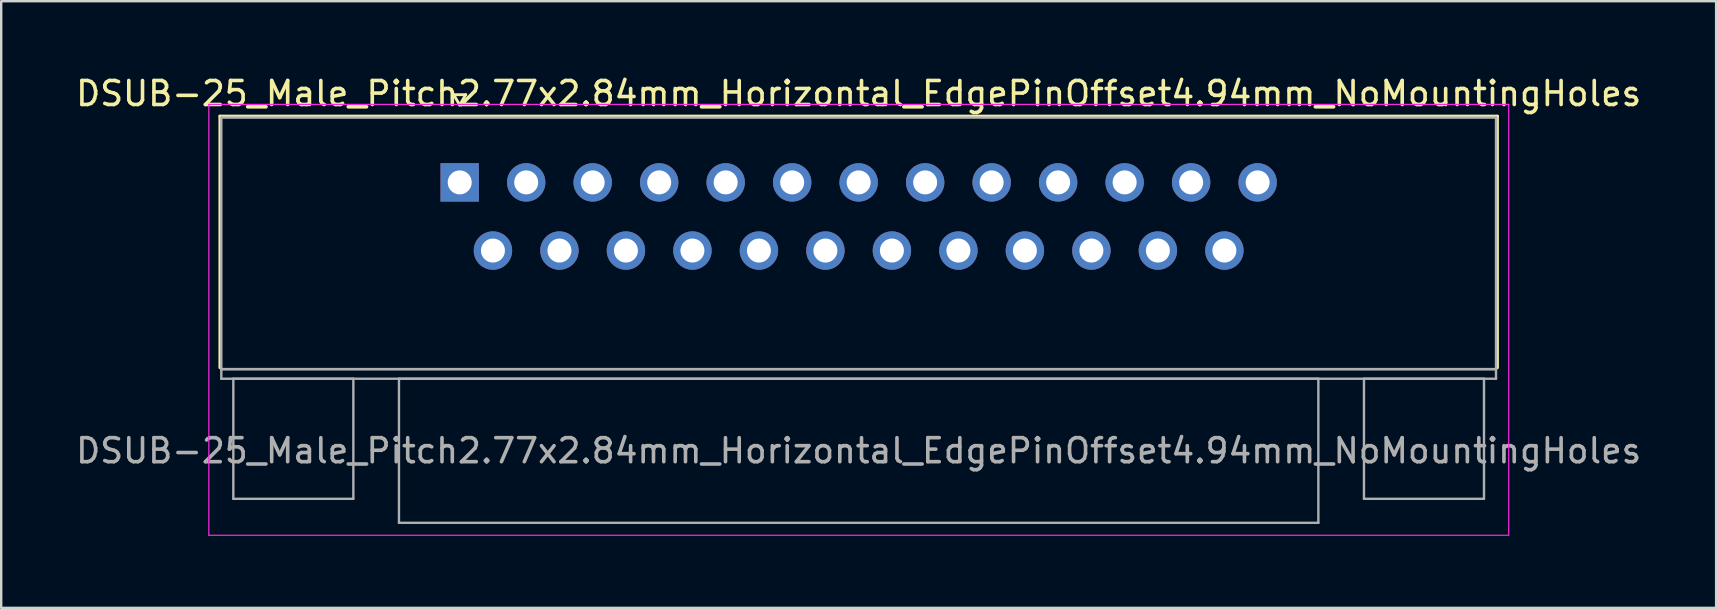
<source format=kicad_pcb>
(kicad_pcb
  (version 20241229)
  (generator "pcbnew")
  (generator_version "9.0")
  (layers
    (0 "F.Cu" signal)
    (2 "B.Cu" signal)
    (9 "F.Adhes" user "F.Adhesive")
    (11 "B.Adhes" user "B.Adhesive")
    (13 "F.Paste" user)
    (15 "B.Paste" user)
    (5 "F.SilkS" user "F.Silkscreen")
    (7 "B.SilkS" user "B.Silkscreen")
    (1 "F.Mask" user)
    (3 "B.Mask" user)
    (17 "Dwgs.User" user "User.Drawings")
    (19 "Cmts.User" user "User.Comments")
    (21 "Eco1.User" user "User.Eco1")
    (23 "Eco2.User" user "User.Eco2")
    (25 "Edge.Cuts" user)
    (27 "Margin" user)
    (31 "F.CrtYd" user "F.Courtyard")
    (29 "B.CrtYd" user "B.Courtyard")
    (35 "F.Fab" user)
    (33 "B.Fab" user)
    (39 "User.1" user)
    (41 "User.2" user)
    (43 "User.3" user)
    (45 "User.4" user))
  (footprint "DSUB-25_Male_Pitch2.77x2.84mm_Horizontal_EdgePinOffset4.94mm_NoMountingHoles"
    (layer "F.Cu")
    (at 16.1 4.548)
    (property "Reference" "DSUB-25_Male_Pitch2.77x2.84mm_Horizontal_EdgePinOffset4.94mm_NoMountingHoles" (at 16.62 -3.7 0) (layer "F.SilkS") (effects (font (size 1 1) (thickness 0.15))))
    (attr through_hole)
    (fp_line (start -9.99 -2.76) (end 43.23 -2.76) (stroke (width 0.12) (type solid)) (layer "F.SilkS"))
    (fp_line (start -9.99 7.72) (end -9.99 -2.76) (stroke (width 0.12) (type solid)) (layer "F.SilkS"))
    (fp_line (start -0.25 -3.654) (end 0.25 -3.654) (stroke (width 0.12) (type solid)) (layer "F.SilkS"))
    (fp_line (start 0 -3.221) (end -0.25 -3.654) (stroke (width 0.12) (type solid)) (layer "F.SilkS"))
    (fp_line (start 0.25 -3.654) (end 0 -3.221) (stroke (width 0.12) (type solid)) (layer "F.SilkS"))
    (fp_line (start 43.23 -2.76) (end 43.23 7.72) (stroke (width 0.12) (type solid)) (layer "F.SilkS"))
    (fp_line (start -10.45 -3.25) (end -10.45 14.7) (stroke (width 0.05) (type solid)) (layer "F.CrtYd"))
    (fp_line (start -10.45 14.7) (end 43.7 14.7) (stroke (width 0.05) (type solid)) (layer "F.CrtYd"))
    (fp_line (start 43.7 -3.25) (end -10.45 -3.25) (stroke (width 0.05) (type solid)) (layer "F.CrtYd"))
    (fp_line (start 43.7 14.7) (end 43.7 -3.25) (stroke (width 0.05) (type solid)) (layer "F.CrtYd"))
    (fp_line (start -9.93 -2.7) (end -9.93 7.78) (stroke (width 0.1) (type solid)) (layer "F.Fab"))
    (fp_line (start -9.93 7.78) (end -9.93 8.18) (stroke (width 0.1) (type solid)) (layer "F.Fab"))
    (fp_line (start -9.93 7.78) (end 43.17 7.78) (stroke (width 0.1) (type solid)) (layer "F.Fab"))
    (fp_line (start -9.93 8.18) (end 43.17 8.18) (stroke (width 0.1) (type solid)) (layer "F.Fab"))
    (fp_line (start -9.43 8.18) (end -9.43 13.18) (stroke (width 0.1) (type solid)) (layer "F.Fab"))
    (fp_line (start -9.43 13.18) (end -4.43 13.18) (stroke (width 0.1) (type solid)) (layer "F.Fab"))
    (fp_line (start -4.43 8.18) (end -9.43 8.18) (stroke (width 0.1) (type solid)) (layer "F.Fab"))
    (fp_line (start -4.43 13.18) (end -4.43 8.18) (stroke (width 0.1) (type solid)) (layer "F.Fab"))
    (fp_line (start -2.53 8.18) (end -2.53 14.18) (stroke (width 0.1) (type solid)) (layer "F.Fab"))
    (fp_line (start -2.53 14.18) (end 35.77 14.18) (stroke (width 0.1) (type solid)) (layer "F.Fab"))
    (fp_line (start 35.77 8.18) (end -2.53 8.18) (stroke (width 0.1) (type solid)) (layer "F.Fab"))
    (fp_line (start 35.77 14.18) (end 35.77 8.18) (stroke (width 0.1) (type solid)) (layer "F.Fab"))
    (fp_line (start 37.67 8.18) (end 37.67 13.18) (stroke (width 0.1) (type solid)) (layer "F.Fab"))
    (fp_line (start 37.67 13.18) (end 42.67 13.18) (stroke (width 0.1) (type solid)) (layer "F.Fab"))
    (fp_line (start 42.67 8.18) (end 37.67 8.18) (stroke (width 0.1) (type solid)) (layer "F.Fab"))
    (fp_line (start 42.67 13.18) (end 42.67 8.18) (stroke (width 0.1) (type solid)) (layer "F.Fab"))
    (fp_line (start 43.17 -2.7) (end -9.93 -2.7) (stroke (width 0.1) (type solid)) (layer "F.Fab"))
    (fp_line (start 43.17 7.78) (end -9.93 7.78) (stroke (width 0.1) (type solid)) (layer "F.Fab"))
    (fp_line (start 43.17 7.78) (end 43.17 -2.7) (stroke (width 0.1) (type solid)) (layer "F.Fab"))
    (fp_line (start 43.17 8.18) (end 43.17 7.78) (stroke (width 0.1) (type solid)) (layer "F.Fab"))
    (fp_text user "${REFERENCE}" (at 16.62 11.18 0) (layer "F.Fab") (effects (font (size 1 1) (thickness 0.15))))
    (pad "1" thru_hole rect (at 0 0) (size 1.6 1.6) (drill 1) (layers "*.Cu" "*.Mask"))
    (pad "2" thru_hole circle (at 2.77 0) (size 1.6 1.6) (drill 1) (layers "*.Cu" "*.Mask"))
    (pad "3" thru_hole circle (at 5.54 0) (size 1.6 1.6) (drill 1) (layers "*.Cu" "*.Mask"))
    (pad "4" thru_hole circle (at 8.31 0) (size 1.6 1.6) (drill 1) (layers "*.Cu" "*.Mask"))
    (pad "5" thru_hole circle (at 11.08 0) (size 1.6 1.6) (drill 1) (layers "*.Cu" "*.Mask"))
    (pad "6" thru_hole circle (at 13.85 0) (size 1.6 1.6) (drill 1) (layers "*.Cu" "*.Mask"))
    (pad "7" thru_hole circle (at 16.62 0) (size 1.6 1.6) (drill 1) (layers "*.Cu" "*.Mask"))
    (pad "8" thru_hole circle (at 19.39 0) (size 1.6 1.6) (drill 1) (layers "*.Cu" "*.Mask"))
    (pad "9" thru_hole circle (at 22.16 0) (size 1.6 1.6) (drill 1) (layers "*.Cu" "*.Mask"))
    (pad "10" thru_hole circle (at 24.93 0) (size 1.6 1.6) (drill 1) (layers "*.Cu" "*.Mask"))
    (pad "11" thru_hole circle (at 27.7 0) (size 1.6 1.6) (drill 1) (layers "*.Cu" "*.Mask"))
    (pad "12" thru_hole circle (at 30.47 0) (size 1.6 1.6) (drill 1) (layers "*.Cu" "*.Mask"))
    (pad "13" thru_hole circle (at 33.24 0) (size 1.6 1.6) (drill 1) (layers "*.Cu" "*.Mask"))
    (pad "14" thru_hole circle (at 1.385 2.84) (size 1.6 1.6) (drill 1) (layers "*.Cu" "*.Mask"))
    (pad "15" thru_hole circle (at 4.155 2.84) (size 1.6 1.6) (drill 1) (layers "*.Cu" "*.Mask"))
    (pad "16" thru_hole circle (at 6.925 2.84) (size 1.6 1.6) (drill 1) (layers "*.Cu" "*.Mask"))
    (pad "17" thru_hole circle (at 9.695 2.84) (size 1.6 1.6) (drill 1) (layers "*.Cu" "*.Mask"))
    (pad "18" thru_hole circle (at 12.465 2.84) (size 1.6 1.6) (drill 1) (layers "*.Cu" "*.Mask"))
    (pad "19" thru_hole circle (at 15.235 2.84) (size 1.6 1.6) (drill 1) (layers "*.Cu" "*.Mask"))
    (pad "20" thru_hole circle (at 18.005 2.84) (size 1.6 1.6) (drill 1) (layers "*.Cu" "*.Mask"))
    (pad "21" thru_hole circle (at 20.775 2.84) (size 1.6 1.6) (drill 1) (layers "*.Cu" "*.Mask"))
    (pad "22" thru_hole circle (at 23.545 2.84) (size 1.6 1.6) (drill 1) (layers "*.Cu" "*.Mask"))
    (pad "23" thru_hole circle (at 26.315 2.84) (size 1.6 1.6) (drill 1) (layers "*.Cu" "*.Mask"))
    (pad "24" thru_hole circle (at 29.085 2.84) (size 1.6 1.6) (drill 1) (layers "*.Cu" "*.Mask"))
    (pad "25" thru_hole circle (at 31.855 2.84) (size 1.6 1.6) (drill 1) (layers "*.Cu" "*.Mask")))
  (gr_rect
    (start -3 -3)
    (end 68.44 22.273)
    (stroke (width 0.1) (type default))
    (fill no)
    (layer "Edge.Cuts")))
</source>
